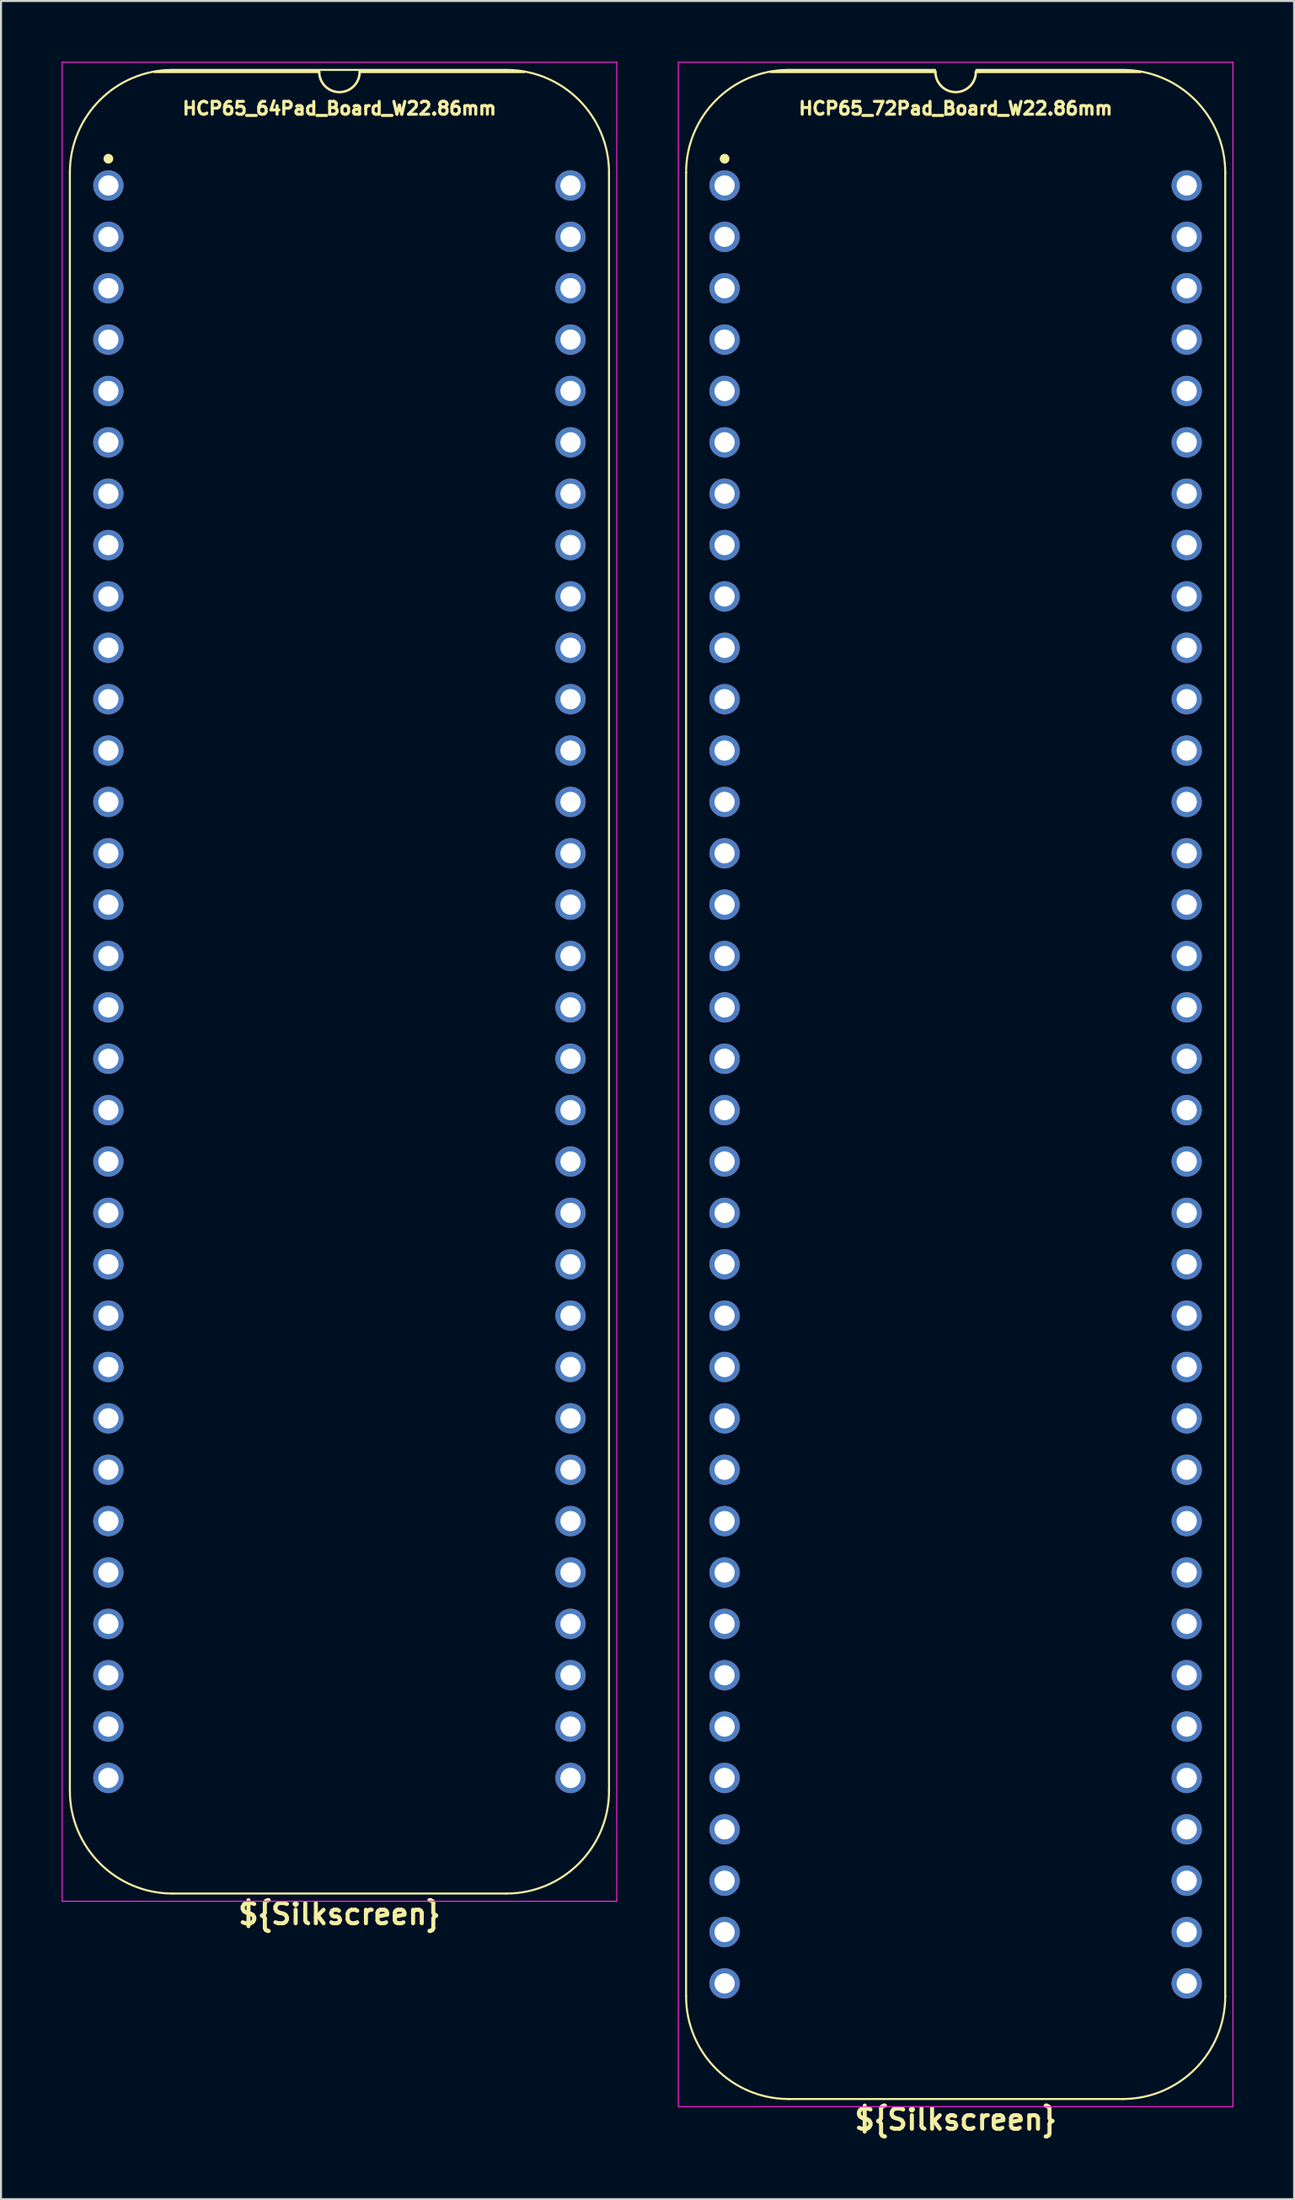
<source format=kicad_pcb>
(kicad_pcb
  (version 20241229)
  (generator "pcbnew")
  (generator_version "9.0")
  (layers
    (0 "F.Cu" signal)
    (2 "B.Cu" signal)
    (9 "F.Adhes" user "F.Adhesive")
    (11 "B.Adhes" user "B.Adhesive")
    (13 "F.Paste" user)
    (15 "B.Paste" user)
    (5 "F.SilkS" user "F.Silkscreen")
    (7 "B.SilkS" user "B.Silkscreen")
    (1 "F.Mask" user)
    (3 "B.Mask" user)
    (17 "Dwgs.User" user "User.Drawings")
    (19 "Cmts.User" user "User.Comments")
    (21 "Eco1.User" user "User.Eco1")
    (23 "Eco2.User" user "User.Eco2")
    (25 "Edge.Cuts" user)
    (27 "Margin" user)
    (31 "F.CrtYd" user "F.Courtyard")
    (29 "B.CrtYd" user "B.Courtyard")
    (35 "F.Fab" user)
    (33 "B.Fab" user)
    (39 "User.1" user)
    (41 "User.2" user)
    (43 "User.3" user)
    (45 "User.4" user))
  (footprint "HCP65_64Pad_Board_W22.86mm"
    (layer "F.Cu")
    (at 2.311 6.121)
    (property "Reference" "HCP65_64Pad_Board_W22.86mm" (at 11.43 -3.81 0) (layer "F.SilkS") (effects (font (size 0.635 0.635) (thickness 0.15))))
    (attr through_hole)
    (fp_line (start -1.905 -0.635) (end -1.905 79.375) (stroke (width 0.1) (type solid)) (layer "F.SilkS"))
    (fp_line (start 10.43 -5.616) (end 2.286 -5.616) (stroke (width 0.12) (type solid)) (layer "F.SilkS"))
    (fp_line (start 19.685 -5.715) (end 3.175 -5.715) (stroke (width 0.1) (type solid)) (layer "F.SilkS"))
    (fp_line (start 19.685 84.455) (end 3.175 84.455) (stroke (width 0.1) (type solid)) (layer "F.SilkS"))
    (fp_line (start 20.574 -5.616) (end 12.43 -5.616) (stroke (width 0.12) (type solid)) (layer "F.SilkS"))
    (fp_line (start 24.765 79.375) (end 24.765 -0.635) (stroke (width 0.1) (type solid)) (layer "F.SilkS"))
    (fp_arc (start -1.905 -0.635) (mid -0.417102 -4.227102) (end 3.175 -5.715) (stroke (width 0.1) (type solid)) (layer "F.SilkS"))
    (fp_arc (start 3.175 84.455) (mid -0.417102 82.967102) (end -1.905 79.375) (stroke (width 0.1) (type solid)) (layer "F.SilkS"))
    (fp_arc (start 12.43 -5.616) (mid 11.43 -4.616) (end 10.43 -5.616) (stroke (width 0.12) (type solid)) (layer "F.SilkS"))
    (fp_arc (start 19.685 -5.715) (mid 23.277102 -4.227102) (end 24.765 -0.635) (stroke (width 0.1) (type solid)) (layer "F.SilkS"))
    (fp_arc (start 24.765 79.375) (mid 23.277102 82.967102) (end 19.685 84.455) (stroke (width 0.1) (type solid)) (layer "F.SilkS"))
    (fp_circle (center 0 -1.323) (end 0.18 -1.323) (stroke (width 0.12) (type solid)) (fill yes) (layer "F.SilkS"))
    (fp_line (start -2.286 -6.096) (end -2.286 84.836) (stroke (width 0.05) (type solid)) (layer "F.CrtYd"))
    (fp_line (start -2.286 -6.096) (end 25.146 -6.096) (stroke (width 0.05) (type solid)) (layer "F.CrtYd"))
    (fp_line (start -2.286 84.836) (end 25.146 84.836) (stroke (width 0.05) (type solid)) (layer "F.CrtYd"))
    (fp_line (start 25.146 84.836) (end 25.146 -6.096) (stroke (width 0.05) (type solid)) (layer "F.CrtYd"))
    (fp_text user "${Silkscreen}" (at 11.43 85.471 0) (layer "F.SilkS") (effects (font (size 1 1) (thickness 0.2) (bold yes))))
    (pad "1" thru_hole circle (at 0 0) (size 1.5 1.5) (drill 1) (layers "*.Cu" "*.Mask"))
    (pad "2" thru_hole circle (at 0 2.54) (size 1.5 1.5) (drill 1) (layers "*.Cu" "*.Mask"))
    (pad "3" thru_hole circle (at 0 5.08) (size 1.5 1.5) (drill 1) (layers "*.Cu" "*.Mask"))
    (pad "4" thru_hole circle (at 0 7.62) (size 1.5 1.5) (drill 1) (layers "*.Cu" "*.Mask"))
    (pad "5" thru_hole circle (at 0 10.16) (size 1.5 1.5) (drill 1) (layers "*.Cu" "*.Mask"))
    (pad "6" thru_hole circle (at 0 12.7) (size 1.5 1.5) (drill 1) (layers "*.Cu" "*.Mask"))
    (pad "7" thru_hole circle (at 0 15.24) (size 1.5 1.5) (drill 1) (layers "*.Cu" "*.Mask"))
    (pad "8" thru_hole circle (at 0 17.78) (size 1.5 1.5) (drill 1) (layers "*.Cu" "*.Mask"))
    (pad "9" thru_hole circle (at 0 20.32) (size 1.5 1.5) (drill 1) (layers "*.Cu" "*.Mask"))
    (pad "10" thru_hole circle (at 0 22.86) (size 1.5 1.5) (drill 1) (layers "*.Cu" "*.Mask"))
    (pad "11" thru_hole circle (at 0 25.4) (size 1.5 1.5) (drill 1) (layers "*.Cu" "*.Mask"))
    (pad "12" thru_hole circle (at 0 27.94) (size 1.5 1.5) (drill 1) (layers "*.Cu" "*.Mask"))
    (pad "13" thru_hole circle (at 0 30.48) (size 1.5 1.5) (drill 1) (layers "*.Cu" "*.Mask"))
    (pad "14" thru_hole circle (at 0 33.02) (size 1.5 1.5) (drill 1) (layers "*.Cu" "*.Mask"))
    (pad "15" thru_hole circle (at 0 35.56) (size 1.5 1.5) (drill 1) (layers "*.Cu" "*.Mask"))
    (pad "16" thru_hole circle (at 0 38.1) (size 1.5 1.5) (drill 1) (layers "*.Cu" "*.Mask"))
    (pad "17" thru_hole circle (at 0 40.64) (size 1.5 1.5) (drill 1) (layers "*.Cu" "*.Mask"))
    (pad "18" thru_hole circle (at 0 43.18) (size 1.5 1.5) (drill 1) (layers "*.Cu" "*.Mask"))
    (pad "19" thru_hole circle (at 0 45.72) (size 1.5 1.5) (drill 1) (layers "*.Cu" "*.Mask"))
    (pad "20" thru_hole circle (at 0 48.26) (size 1.5 1.5) (drill 1) (layers "*.Cu" "*.Mask"))
    (pad "21" thru_hole circle (at 0 50.8) (size 1.5 1.5) (drill 1) (layers "*.Cu" "*.Mask"))
    (pad "22" thru_hole circle (at 0 53.34) (size 1.5 1.5) (drill 1) (layers "*.Cu" "*.Mask"))
    (pad "23" thru_hole circle (at 0 55.88) (size 1.5 1.5) (drill 1) (layers "*.Cu" "*.Mask"))
    (pad "24" thru_hole circle (at 0 58.42) (size 1.5 1.5) (drill 1) (layers "*.Cu" "*.Mask"))
    (pad "25" thru_hole circle (at 0 60.96) (size 1.5 1.5) (drill 1) (layers "*.Cu" "*.Mask"))
    (pad "26" thru_hole circle (at 0 63.5) (size 1.5 1.5) (drill 1) (layers "*.Cu" "*.Mask"))
    (pad "27" thru_hole circle (at 0 66.04) (size 1.5 1.5) (drill 1) (layers "*.Cu" "*.Mask"))
    (pad "28" thru_hole circle (at 0 68.58) (size 1.5 1.5) (drill 1) (layers "*.Cu" "*.Mask"))
    (pad "29" thru_hole circle (at 0 71.12) (size 1.5 1.5) (drill 1) (layers "*.Cu" "*.Mask"))
    (pad "30" thru_hole circle (at 0 73.66) (size 1.5 1.5) (drill 1) (layers "*.Cu" "*.Mask"))
    (pad "31" thru_hole circle (at 0 76.2) (size 1.5 1.5) (drill 1) (layers "*.Cu" "*.Mask"))
    (pad "32" thru_hole circle (at 0 78.74) (size 1.5 1.5) (drill 1) (layers "*.Cu" "*.Mask"))
    (pad "33" thru_hole circle (at 22.86 78.74) (size 1.5 1.5) (drill 1) (layers "*.Cu" "*.Mask"))
    (pad "34" thru_hole circle (at 22.86 76.2) (size 1.5 1.5) (drill 1) (layers "*.Cu" "*.Mask"))
    (pad "35" thru_hole circle (at 22.86 73.66) (size 1.5 1.5) (drill 1) (layers "*.Cu" "*.Mask"))
    (pad "36" thru_hole circle (at 22.86 71.12) (size 1.5 1.5) (drill 1) (layers "*.Cu" "*.Mask"))
    (pad "37" thru_hole circle (at 22.86 68.58) (size 1.5 1.5) (drill 1) (layers "*.Cu" "*.Mask"))
    (pad "38" thru_hole circle (at 22.86 66.04) (size 1.5 1.5) (drill 1) (layers "*.Cu" "*.Mask"))
    (pad "39" thru_hole circle (at 22.86 63.5) (size 1.5 1.5) (drill 1) (layers "*.Cu" "*.Mask"))
    (pad "40" thru_hole circle (at 22.86 60.96) (size 1.5 1.5) (drill 1) (layers "*.Cu" "*.Mask"))
    (pad "41" thru_hole circle (at 22.86 58.42) (size 1.5 1.5) (drill 1) (layers "*.Cu" "*.Mask"))
    (pad "42" thru_hole circle (at 22.86 55.88) (size 1.5 1.5) (drill 1) (layers "*.Cu" "*.Mask"))
    (pad "43" thru_hole circle (at 22.86 53.34) (size 1.5 1.5) (drill 1) (layers "*.Cu" "*.Mask"))
    (pad "44" thru_hole circle (at 22.86 50.8) (size 1.5 1.5) (drill 1) (layers "*.Cu" "*.Mask"))
    (pad "45" thru_hole circle (at 22.86 48.26) (size 1.5 1.5) (drill 1) (layers "*.Cu" "*.Mask"))
    (pad "46" thru_hole circle (at 22.86 45.72) (size 1.5 1.5) (drill 1) (layers "*.Cu" "*.Mask"))
    (pad "47" thru_hole circle (at 22.86 43.18) (size 1.5 1.5) (drill 1) (layers "*.Cu" "*.Mask"))
    (pad "48" thru_hole circle (at 22.86 40.64) (size 1.5 1.5) (drill 1) (layers "*.Cu" "*.Mask"))
    (pad "49" thru_hole circle (at 22.86 38.1) (size 1.5 1.5) (drill 1) (layers "*.Cu" "*.Mask"))
    (pad "50" thru_hole circle (at 22.86 35.56) (size 1.5 1.5) (drill 1) (layers "*.Cu" "*.Mask"))
    (pad "51" thru_hole circle (at 22.86 33.02) (size 1.5 1.5) (drill 1) (layers "*.Cu" "*.Mask"))
    (pad "52" thru_hole circle (at 22.86 30.48) (size 1.5 1.5) (drill 1) (layers "*.Cu" "*.Mask"))
    (pad "53" thru_hole circle (at 22.86 27.94) (size 1.5 1.5) (drill 1) (layers "*.Cu" "*.Mask"))
    (pad "54" thru_hole circle (at 22.86 25.4) (size 1.5 1.5) (drill 1) (layers "*.Cu" "*.Mask"))
    (pad "55" thru_hole circle (at 22.86 22.86) (size 1.5 1.5) (drill 1) (layers "*.Cu" "*.Mask"))
    (pad "56" thru_hole circle (at 22.86 20.32) (size 1.5 1.5) (drill 1) (layers "*.Cu" "*.Mask"))
    (pad "57" thru_hole circle (at 22.86 17.78) (size 1.5 1.5) (drill 1) (layers "*.Cu" "*.Mask"))
    (pad "58" thru_hole circle (at 22.86 15.24) (size 1.5 1.5) (drill 1) (layers "*.Cu" "*.Mask"))
    (pad "59" thru_hole circle (at 22.86 12.7) (size 1.5 1.5) (drill 1) (layers "*.Cu" "*.Mask"))
    (pad "60" thru_hole circle (at 22.86 10.16) (size 1.5 1.5) (drill 1) (layers "*.Cu" "*.Mask"))
    (pad "61" thru_hole circle (at 22.86 7.62) (size 1.5 1.5) (drill 1) (layers "*.Cu" "*.Mask"))
    (pad "62" thru_hole circle (at 22.86 5.08) (size 1.5 1.5) (drill 1) (layers "*.Cu" "*.Mask"))
    (pad "63" thru_hole circle (at 22.86 2.54) (size 1.5 1.5) (drill 1) (layers "*.Cu" "*.Mask"))
    (pad "64" thru_hole circle (at 22.86 0) (size 1.5 1.5) (drill 1) (layers "*.Cu" "*.Mask")))
  (footprint "HCP65_72Pad_Board_W22.86mm"
    (layer "F.Cu")
    (at 32.793 6.121)
    (property "Reference" "HCP65_72Pad_Board_W22.86mm" (at 11.43 -3.81 0) (layer "F.SilkS") (effects (font (size 0.635 0.635) (thickness 0.15))))
    (property "Silkscreen" "${Silkscreen}" (at 11.43 95.631 0) (layer "F.SilkS") (effects (font (size 1 1) (thickness 0.2))))
    (attr through_hole)
    (fp_line (start -1.905 -0.635) (end -1.905 89.535) (stroke (width 0.1) (type solid)) (layer "F.SilkS"))
    (fp_line (start 10.414 -5.715) (end 3.175 -5.715) (stroke (width 0.1) (type solid)) (layer "F.SilkS"))
    (fp_line (start 10.43 -5.616) (end 2.286 -5.616) (stroke (width 0.12) (type solid)) (layer "F.SilkS"))
    (fp_line (start 19.685 -5.715) (end 12.446 -5.715) (stroke (width 0.1) (type solid)) (layer "F.SilkS"))
    (fp_line (start 19.685 94.615) (end 3.175 94.615) (stroke (width 0.1) (type solid)) (layer "F.SilkS"))
    (fp_line (start 20.574 -5.616) (end 12.43 -5.616) (stroke (width 0.12) (type solid)) (layer "F.SilkS"))
    (fp_line (start 24.765 89.535) (end 24.765 -0.635) (stroke (width 0.1) (type solid)) (layer "F.SilkS"))
    (fp_arc (start -1.905 -0.635) (mid -0.417102 -4.227102) (end 3.175 -5.715) (stroke (width 0.1) (type solid)) (layer "F.SilkS"))
    (fp_arc (start 3.175 94.615) (mid -0.417102 93.127102) (end -1.905 89.535) (stroke (width 0.1) (type solid)) (layer "F.SilkS"))
    (fp_arc (start 12.43 -5.616) (mid 11.43 -4.616) (end 10.43 -5.616) (stroke (width 0.12) (type solid)) (layer "F.SilkS"))
    (fp_arc (start 19.685 -5.715) (mid 23.277102 -4.227102) (end 24.765 -0.635) (stroke (width 0.1) (type solid)) (layer "F.SilkS"))
    (fp_arc (start 24.765 89.535) (mid 23.277102 93.127102) (end 19.685 94.615) (stroke (width 0.1) (type solid)) (layer "F.SilkS"))
    (fp_circle (center 0 -1.323) (end 0.18 -1.323) (stroke (width 0.12) (type solid)) (fill yes) (layer "F.SilkS"))
    (fp_line (start -2.286 -6.096) (end -2.286 94.996) (stroke (width 0.05) (type solid)) (layer "F.CrtYd"))
    (fp_line (start -2.286 -6.096) (end 25.146 -6.096) (stroke (width 0.05) (type solid)) (layer "F.CrtYd"))
    (fp_line (start -2.286 94.996) (end 25.146 94.996) (stroke (width 0.05) (type solid)) (layer "F.CrtYd"))
    (fp_line (start 25.146 94.996) (end 25.146 -6.096) (stroke (width 0.05) (type solid)) (layer "F.CrtYd"))
    (pad "1" thru_hole circle (at 0 0) (size 1.5 1.5) (drill 1) (layers "*.Cu" "*.Mask"))
    (pad "2" thru_hole circle (at 0 2.54) (size 1.5 1.5) (drill 1) (layers "*.Cu" "*.Mask"))
    (pad "3" thru_hole circle (at 0 5.08) (size 1.5 1.5) (drill 1) (layers "*.Cu" "*.Mask"))
    (pad "4" thru_hole circle (at 0 7.62) (size 1.5 1.5) (drill 1) (layers "*.Cu" "*.Mask"))
    (pad "5" thru_hole circle (at 0 10.16) (size 1.5 1.5) (drill 1) (layers "*.Cu" "*.Mask"))
    (pad "6" thru_hole circle (at 0 12.7) (size 1.5 1.5) (drill 1) (layers "*.Cu" "*.Mask"))
    (pad "7" thru_hole circle (at 0 15.24) (size 1.5 1.5) (drill 1) (layers "*.Cu" "*.Mask"))
    (pad "8" thru_hole circle (at 0 17.78) (size 1.5 1.5) (drill 1) (layers "*.Cu" "*.Mask"))
    (pad "9" thru_hole circle (at 0 20.32) (size 1.5 1.5) (drill 1) (layers "*.Cu" "*.Mask"))
    (pad "10" thru_hole circle (at 0 22.86) (size 1.5 1.5) (drill 1) (layers "*.Cu" "*.Mask"))
    (pad "11" thru_hole circle (at 0 25.4) (size 1.5 1.5) (drill 1) (layers "*.Cu" "*.Mask"))
    (pad "12" thru_hole circle (at 0 27.94) (size 1.5 1.5) (drill 1) (layers "*.Cu" "*.Mask"))
    (pad "13" thru_hole circle (at 0 30.48) (size 1.5 1.5) (drill 1) (layers "*.Cu" "*.Mask"))
    (pad "14" thru_hole circle (at 0 33.02) (size 1.5 1.5) (drill 1) (layers "*.Cu" "*.Mask"))
    (pad "15" thru_hole circle (at 0 35.56) (size 1.5 1.5) (drill 1) (layers "*.Cu" "*.Mask"))
    (pad "16" thru_hole circle (at 0 38.1) (size 1.5 1.5) (drill 1) (layers "*.Cu" "*.Mask"))
    (pad "17" thru_hole circle (at 0 40.64) (size 1.5 1.5) (drill 1) (layers "*.Cu" "*.Mask"))
    (pad "18" thru_hole circle (at 0 43.18) (size 1.5 1.5) (drill 1) (layers "*.Cu" "*.Mask"))
    (pad "19" thru_hole circle (at 0 45.72) (size 1.5 1.5) (drill 1) (layers "*.Cu" "*.Mask"))
    (pad "20" thru_hole circle (at 0 48.26) (size 1.5 1.5) (drill 1) (layers "*.Cu" "*.Mask"))
    (pad "21" thru_hole circle (at 0 50.8) (size 1.5 1.5) (drill 1) (layers "*.Cu" "*.Mask"))
    (pad "22" thru_hole circle (at 0 53.34) (size 1.5 1.5) (drill 1) (layers "*.Cu" "*.Mask"))
    (pad "23" thru_hole circle (at 0 55.88) (size 1.5 1.5) (drill 1) (layers "*.Cu" "*.Mask"))
    (pad "24" thru_hole circle (at 0 58.42) (size 1.5 1.5) (drill 1) (layers "*.Cu" "*.Mask"))
    (pad "25" thru_hole circle (at 0 60.96) (size 1.5 1.5) (drill 1) (layers "*.Cu" "*.Mask"))
    (pad "26" thru_hole circle (at 0 63.5) (size 1.5 1.5) (drill 1) (layers "*.Cu" "*.Mask"))
    (pad "27" thru_hole circle (at 0 66.04) (size 1.5 1.5) (drill 1) (layers "*.Cu" "*.Mask"))
    (pad "28" thru_hole circle (at 0 68.58) (size 1.5 1.5) (drill 1) (layers "*.Cu" "*.Mask"))
    (pad "29" thru_hole circle (at 0 71.12) (size 1.5 1.5) (drill 1) (layers "*.Cu" "*.Mask"))
    (pad "30" thru_hole circle (at 0 73.66) (size 1.5 1.5) (drill 1) (layers "*.Cu" "*.Mask"))
    (pad "31" thru_hole circle (at 0 76.2) (size 1.5 1.5) (drill 1) (layers "*.Cu" "*.Mask"))
    (pad "32" thru_hole circle (at 0 78.74) (size 1.5 1.5) (drill 1) (layers "*.Cu" "*.Mask"))
    (pad "33" thru_hole circle (at 0 81.28) (size 1.5 1.5) (drill 1) (layers "*.Cu" "*.Mask"))
    (pad "34" thru_hole circle (at 0 83.82) (size 1.5 1.5) (drill 1) (layers "*.Cu" "*.Mask"))
    (pad "35" thru_hole circle (at 0 86.36) (size 1.5 1.5) (drill 1) (layers "*.Cu" "*.Mask"))
    (pad "36" thru_hole circle (at 0 88.9) (size 1.5 1.5) (drill 1) (layers "*.Cu" "*.Mask"))
    (pad "37" thru_hole circle (at 22.86 88.9) (size 1.5 1.5) (drill 1) (layers "*.Cu" "*.Mask"))
    (pad "38" thru_hole circle (at 22.86 86.36) (size 1.5 1.5) (drill 1) (layers "*.Cu" "*.Mask"))
    (pad "39" thru_hole circle (at 22.86 83.82) (size 1.5 1.5) (drill 1) (layers "*.Cu" "*.Mask"))
    (pad "40" thru_hole circle (at 22.86 81.28) (size 1.5 1.5) (drill 1) (layers "*.Cu" "*.Mask"))
    (pad "41" thru_hole circle (at 22.86 78.74) (size 1.5 1.5) (drill 1) (layers "*.Cu" "*.Mask"))
    (pad "42" thru_hole circle (at 22.86 76.2) (size 1.5 1.5) (drill 1) (layers "*.Cu" "*.Mask"))
    (pad "43" thru_hole circle (at 22.86 73.66) (size 1.5 1.5) (drill 1) (layers "*.Cu" "*.Mask"))
    (pad "44" thru_hole circle (at 22.86 71.12) (size 1.5 1.5) (drill 1) (layers "*.Cu" "*.Mask"))
    (pad "45" thru_hole circle (at 22.86 68.58) (size 1.5 1.5) (drill 1) (layers "*.Cu" "*.Mask"))
    (pad "46" thru_hole circle (at 22.86 66.04) (size 1.5 1.5) (drill 1) (layers "*.Cu" "*.Mask"))
    (pad "47" thru_hole circle (at 22.86 63.5) (size 1.5 1.5) (drill 1) (layers "*.Cu" "*.Mask"))
    (pad "48" thru_hole circle (at 22.86 60.96) (size 1.5 1.5) (drill 1) (layers "*.Cu" "*.Mask"))
    (pad "49" thru_hole circle (at 22.86 58.42) (size 1.5 1.5) (drill 1) (layers "*.Cu" "*.Mask"))
    (pad "50" thru_hole circle (at 22.86 55.88) (size 1.5 1.5) (drill 1) (layers "*.Cu" "*.Mask"))
    (pad "51" thru_hole circle (at 22.86 53.34) (size 1.5 1.5) (drill 1) (layers "*.Cu" "*.Mask"))
    (pad "52" thru_hole circle (at 22.86 50.8) (size 1.5 1.5) (drill 1) (layers "*.Cu" "*.Mask"))
    (pad "53" thru_hole circle (at 22.86 48.26) (size 1.5 1.5) (drill 1) (layers "*.Cu" "*.Mask"))
    (pad "54" thru_hole circle (at 22.86 45.72) (size 1.5 1.5) (drill 1) (layers "*.Cu" "*.Mask"))
    (pad "55" thru_hole circle (at 22.86 43.18) (size 1.5 1.5) (drill 1) (layers "*.Cu" "*.Mask"))
    (pad "56" thru_hole circle (at 22.86 40.64) (size 1.5 1.5) (drill 1) (layers "*.Cu" "*.Mask"))
    (pad "57" thru_hole circle (at 22.86 38.1) (size 1.5 1.5) (drill 1) (layers "*.Cu" "*.Mask"))
    (pad "58" thru_hole circle (at 22.86 35.56) (size 1.5 1.5) (drill 1) (layers "*.Cu" "*.Mask"))
    (pad "59" thru_hole circle (at 22.86 33.02) (size 1.5 1.5) (drill 1) (layers "*.Cu" "*.Mask"))
    (pad "60" thru_hole circle (at 22.86 30.48) (size 1.5 1.5) (drill 1) (layers "*.Cu" "*.Mask"))
    (pad "61" thru_hole circle (at 22.86 27.94) (size 1.5 1.5) (drill 1) (layers "*.Cu" "*.Mask"))
    (pad "62" thru_hole circle (at 22.86 25.4) (size 1.5 1.5) (drill 1) (layers "*.Cu" "*.Mask"))
    (pad "63" thru_hole circle (at 22.86 22.86) (size 1.5 1.5) (drill 1) (layers "*.Cu" "*.Mask"))
    (pad "64" thru_hole circle (at 22.86 20.32) (size 1.5 1.5) (drill 1) (layers "*.Cu" "*.Mask"))
    (pad "65" thru_hole circle (at 22.86 17.78) (size 1.5 1.5) (drill 1) (layers "*.Cu" "*.Mask"))
    (pad "66" thru_hole circle (at 22.86 15.24) (size 1.5 1.5) (drill 1) (layers "*.Cu" "*.Mask"))
    (pad "67" thru_hole circle (at 22.86 12.7) (size 1.5 1.5) (drill 1) (layers "*.Cu" "*.Mask"))
    (pad "68" thru_hole circle (at 22.86 10.16) (size 1.5 1.5) (drill 1) (layers "*.Cu" "*.Mask"))
    (pad "69" thru_hole circle (at 22.86 7.62) (size 1.5 1.5) (drill 1) (layers "*.Cu" "*.Mask"))
    (pad "70" thru_hole circle (at 22.86 5.08) (size 1.5 1.5) (drill 1) (layers "*.Cu" "*.Mask"))
    (pad "71" thru_hole circle (at 22.86 2.54) (size 1.5 1.5) (drill 1) (layers "*.Cu" "*.Mask"))
    (pad "72" thru_hole circle (at 22.86 0) (size 1.5 1.5) (drill 1) (layers "*.Cu" "*.Mask")))
  (gr_rect
    (start -3 -3)
    (end 60.964 105.688)
    (stroke (width 0.1) (type default))
    (fill no)
    (layer "Edge.Cuts")))
</source>
